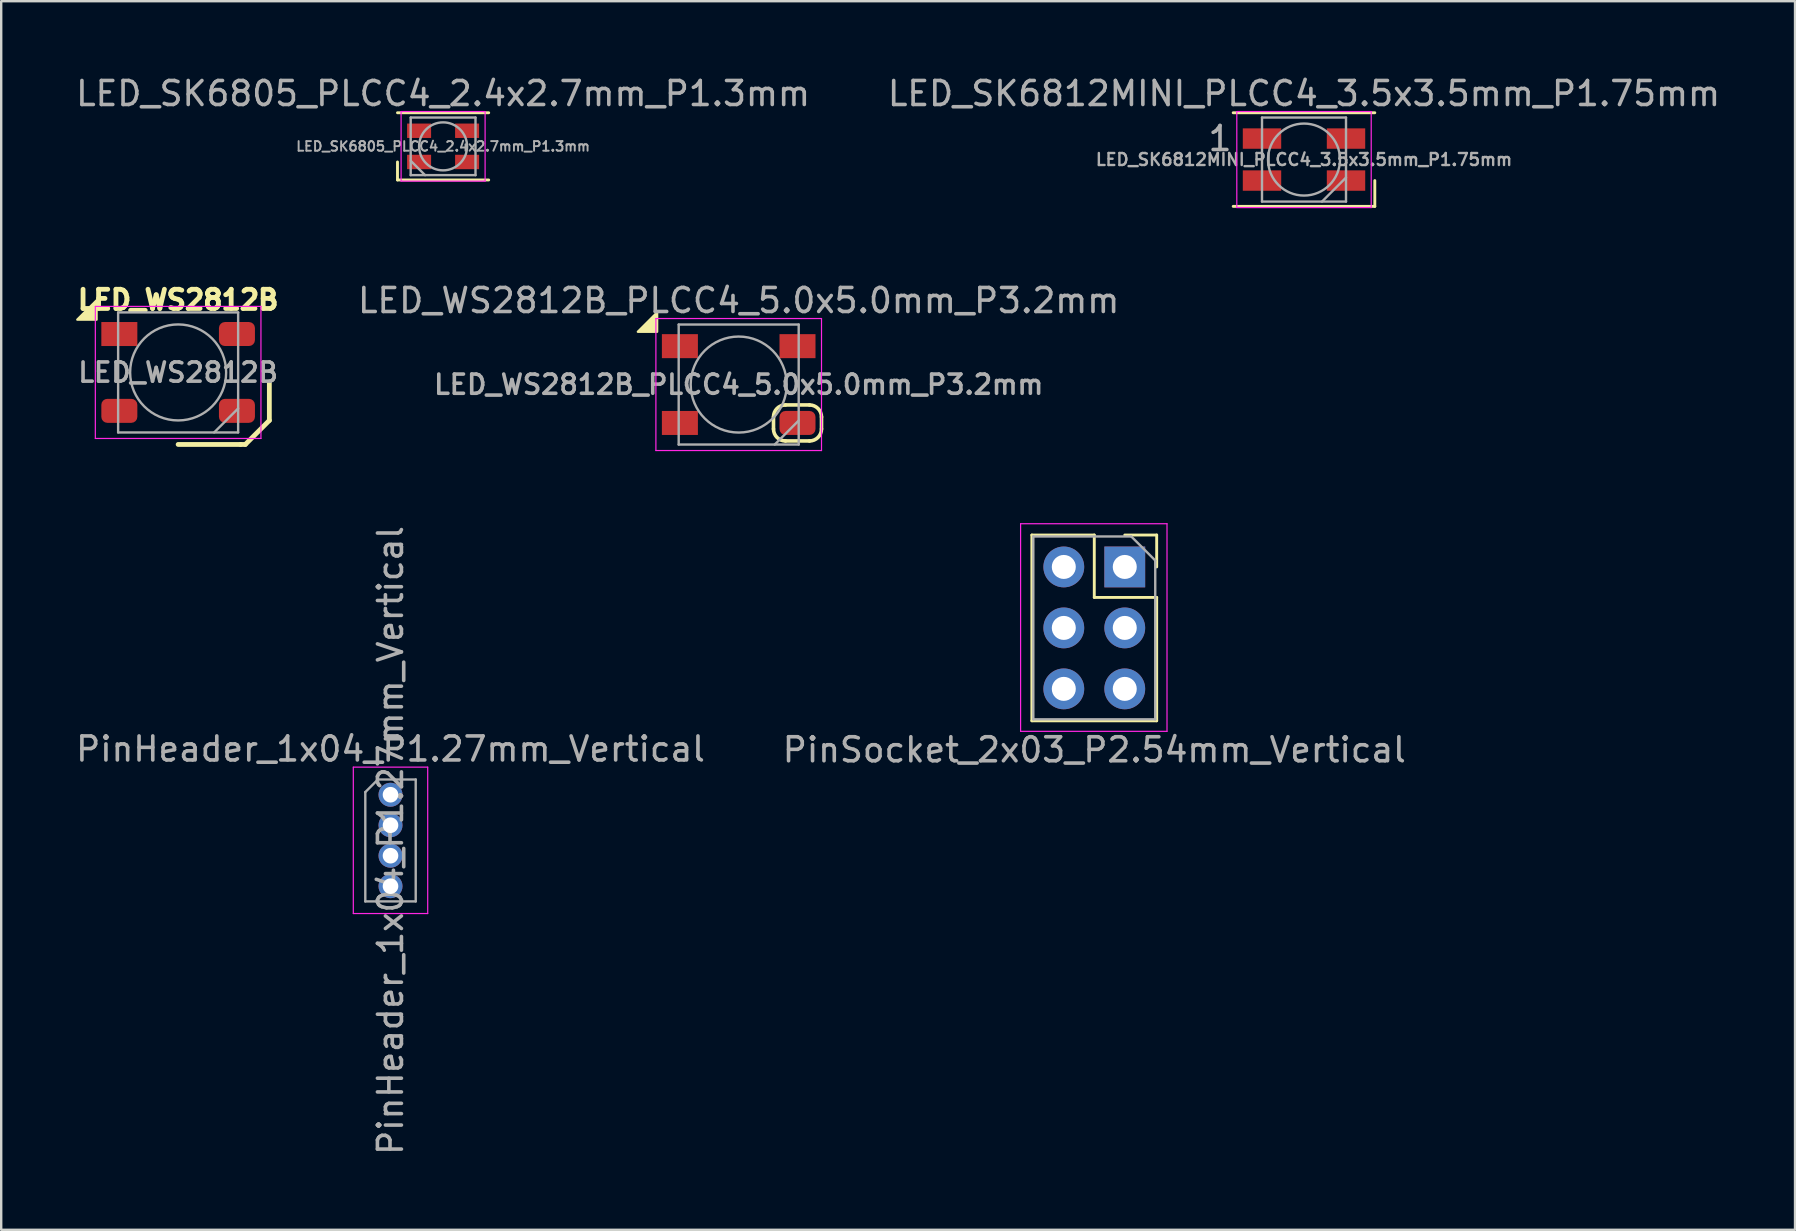
<source format=kicad_pcb>
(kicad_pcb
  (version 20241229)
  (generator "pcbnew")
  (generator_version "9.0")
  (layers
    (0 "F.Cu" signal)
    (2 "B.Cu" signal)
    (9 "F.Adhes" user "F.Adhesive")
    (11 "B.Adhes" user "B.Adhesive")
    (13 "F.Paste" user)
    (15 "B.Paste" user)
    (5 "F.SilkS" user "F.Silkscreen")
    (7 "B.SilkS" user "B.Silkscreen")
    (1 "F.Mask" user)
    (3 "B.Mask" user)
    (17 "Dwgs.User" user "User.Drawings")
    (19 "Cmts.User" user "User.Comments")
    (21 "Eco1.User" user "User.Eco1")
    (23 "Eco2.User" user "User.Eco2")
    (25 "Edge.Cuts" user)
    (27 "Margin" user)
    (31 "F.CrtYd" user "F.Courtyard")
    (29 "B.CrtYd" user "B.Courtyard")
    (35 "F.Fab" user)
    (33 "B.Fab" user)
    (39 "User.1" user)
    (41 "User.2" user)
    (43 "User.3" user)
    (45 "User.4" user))
  (footprint "LED_SK6812MINI_PLCC4_3.5x3.5mm_P1.75mm"
    (layer "F.Cu")
    (at 51.28 3.598)
    (property "Reference" "LED_SK6812MINI_PLCC4_3.5x3.5mm_P1.75mm" (at 0 -2.75 180) (layer "F.Fab") (effects (font (size 1 1) (thickness 0.15))))
    (attr smd)
    (fp_line (start -2.95 -1.95) (end 2.95 -1.95) (stroke (width 0.12) (type solid)) (layer "F.SilkS"))
    (fp_line (start -2.95 1.95) (end 2.95 1.95) (stroke (width 0.12) (type solid)) (layer "F.SilkS"))
    (fp_line (start 2.95 1.95) (end 2.95 0.875) (stroke (width 0.12) (type solid)) (layer "F.SilkS"))
    (fp_line (start -2.8 -2) (end -2.8 2) (stroke (width 0.05) (type solid)) (layer "F.CrtYd"))
    (fp_line (start -2.8 2) (end 2.8 2) (stroke (width 0.05) (type solid)) (layer "F.CrtYd"))
    (fp_line (start 2.8 -2) (end -2.8 -2) (stroke (width 0.05) (type solid)) (layer "F.CrtYd"))
    (fp_line (start 2.8 2) (end 2.8 -2) (stroke (width 0.05) (type solid)) (layer "F.CrtYd"))
    (fp_line (start -1.75 -1.75) (end -1.75 1.75) (stroke (width 0.1) (type solid)) (layer "F.Fab"))
    (fp_line (start -1.75 1.75) (end 1.75 1.75) (stroke (width 0.1) (type solid)) (layer "F.Fab"))
    (fp_line (start 1.75 -1.75) (end -1.75 -1.75) (stroke (width 0.1) (type solid)) (layer "F.Fab"))
    (fp_line (start 1.75 0.75) (end 0.75 1.75) (stroke (width 0.1) (type solid)) (layer "F.Fab"))
    (fp_line (start 1.75 1.75) (end 1.75 -1.75) (stroke (width 0.1) (type solid)) (layer "F.Fab"))
    (fp_circle (center 0 0) (end 0 -1.5) (stroke (width 0.1) (type solid)) (fill no) (layer "F.Fab"))
    (fp_text user "${REFERENCE}" (at 0 0 0) (layer "F.Fab") (effects (font (size 0.5 0.5) (thickness 0.1))))
    (fp_text user "1" (at -3.5 -0.875 180) (layer "F.Fab") (effects (font (size 1 1) (thickness 0.15))))
    (pad "1" smd rect (at -1.75 -0.875) (size 1.6 0.85) (layers "F.Cu" "F.Mask" "F.Paste"))
    (pad "2" smd rect (at -1.75 0.875) (size 1.6 0.85) (layers "F.Cu" "F.Mask" "F.Paste"))
    (pad "3" smd rect (at 1.75 0.875) (size 1.6 0.85) (layers "F.Cu" "F.Mask" "F.Paste"))
    (pad "4" smd rect (at 1.75 -0.875) (size 1.6 0.85) (layers "F.Cu" "F.Mask" "F.Paste")))
  (footprint "LED_WS2812B"
    (layer "F.Cu")
    (at 4.372 12.467)
    (property "Reference" "LED_WS2812B" (at 0 -3.025 0) (layer "F.SilkS") (effects (font (size 0.8 0.8) (thickness 0.2))))
    (attr smd)
    (fp_line (start 0 3) (end 2.6 3) (stroke (width 0.2) (type solid)) (layer "F.SilkS"))
    (fp_line (start 2.6 3) (end 2.8 3) (stroke (width 0.2) (type solid)) (layer "F.SilkS"))
    (fp_line (start 2.8 3) (end 3.8 2) (stroke (width 0.2) (type solid)) (layer "F.SilkS"))
    (fp_line (start 3.8 2) (end 3.8 0.4) (stroke (width 0.2) (type solid)) (layer "F.SilkS"))
    (fp_poly (pts (xy -4.2 -2.2) (xy -3.4 -2.2) (xy -3.4 -3)) (stroke (width 0.1) (type solid)) (fill yes) (layer "F.SilkS"))
    (fp_line (start -3.45 -2.75) (end -3.45 2.75) (stroke (width 0.05) (type solid)) (layer "F.CrtYd"))
    (fp_line (start -3.45 2.75) (end 3.45 2.75) (stroke (width 0.05) (type solid)) (layer "F.CrtYd"))
    (fp_line (start 3.45 -2.75) (end -3.45 -2.75) (stroke (width 0.05) (type solid)) (layer "F.CrtYd"))
    (fp_line (start 3.45 2.75) (end 3.45 -2.75) (stroke (width 0.05) (type solid)) (layer "F.CrtYd"))
    (fp_line (start -2.5 -2.5) (end -2.5 2.5) (stroke (width 0.1) (type solid)) (layer "F.Fab"))
    (fp_line (start -2.5 2.5) (end 2.5 2.5) (stroke (width 0.1) (type solid)) (layer "F.Fab"))
    (fp_line (start 2.5 -2.5) (end -2.5 -2.5) (stroke (width 0.1) (type solid)) (layer "F.Fab"))
    (fp_line (start 2.5 1.5) (end 1.5 2.5) (stroke (width 0.1) (type solid)) (layer "F.Fab"))
    (fp_line (start 2.5 2.5) (end 2.5 -2.5) (stroke (width 0.1) (type solid)) (layer "F.Fab"))
    (fp_circle (center 0 0) (end 0 -2) (stroke (width 0.1) (type solid)) (fill no) (layer "F.Fab"))
    (fp_text user "${REFERENCE}" (at 0 0 0) (layer "F.Fab") (effects (font (size 0.8 0.8) (thickness 0.15))))
    (pad "1" smd rect (at -2.45 -1.6) (size 1.5 1) (layers "F.Cu" "F.Mask" "F.Paste"))
    (pad "2" smd roundrect (at -2.45 1.6) (size 1.5 1) (layers "F.Cu" "F.Mask" "F.Paste") (roundrect_rratio 0.25))
    (pad "3" smd roundrect (at 2.45 1.6) (size 1.5 1) (layers "F.Cu" "F.Mask" "F.Paste") (roundrect_rratio 0.25))
    (pad "4" smd roundrect (at 2.45 -1.6) (size 1.5 1) (layers "F.Cu" "F.Mask" "F.Paste") (roundrect_rratio 0.25)))
  (footprint "LED_SK6805_PLCC4_2.4x2.7mm_P1.3mm"
    (layer "F.Cu")
    (at 15.411 3.048)
    (property "Reference" "LED_SK6805_PLCC4_2.4x2.7mm_P1.3mm" (at 0 -2.2 0) (layer "F.Fab") (effects (font (size 1 1) (thickness 0.15))))
    (attr smd)
    (fp_line (start -1.9 -1.4) (end 1.9 -1.4) (stroke (width 0.12) (type solid)) (layer "F.SilkS"))
    (fp_line (start -1.9 1.4) (end -1.9 0.65) (stroke (width 0.12) (type solid)) (layer "F.SilkS"))
    (fp_line (start -1.9 1.4) (end 1.9 1.4) (stroke (width 0.12) (type solid)) (layer "F.SilkS"))
    (fp_line (start -1.75 -1.45) (end -1.75 1.45) (stroke (width 0.05) (type solid)) (layer "F.CrtYd"))
    (fp_line (start -1.75 1.45) (end 1.75 1.45) (stroke (width 0.05) (type solid)) (layer "F.CrtYd"))
    (fp_line (start 1.75 -1.45) (end -1.75 -1.45) (stroke (width 0.05) (type solid)) (layer "F.CrtYd"))
    (fp_line (start 1.75 1.45) (end 1.75 -1.45) (stroke (width 0.05) (type solid)) (layer "F.CrtYd"))
    (fp_line (start -1.35 -1.2) (end -1.35 1.2) (stroke (width 0.1) (type solid)) (layer "F.Fab"))
    (fp_line (start -1.35 0.6) (end -0.75 1.2) (stroke (width 0.1) (type solid)) (layer "F.Fab"))
    (fp_line (start -1.35 1.2) (end 1.35 1.2) (stroke (width 0.1) (type solid)) (layer "F.Fab"))
    (fp_line (start 1.35 -1.2) (end -1.35 -1.2) (stroke (width 0.1) (type solid)) (layer "F.Fab"))
    (fp_line (start 1.35 1.2) (end 1.35 -1.2) (stroke (width 0.1) (type solid)) (layer "F.Fab"))
    (fp_circle (center 0 0) (end 0 -1) (stroke (width 0.1) (type solid)) (fill no) (layer "F.Fab"))
    (fp_text user "${REFERENCE}" (at 0 0 0) (layer "F.Fab") (effects (font (size 0.4 0.4) (thickness 0.08))))
    (pad "1" smd rect (at -1 -0.65) (size 1 0.6) (layers "F.Cu" "F.Mask" "F.Paste"))
    (pad "2" smd rect (at -1 0.65) (size 1 0.6) (layers "F.Cu" "F.Mask" "F.Paste"))
    (pad "3" smd rect (at 1 0.65) (size 1 0.6) (layers "F.Cu" "F.Mask" "F.Paste"))
    (pad "4" smd rect (at 1 -0.65) (size 1 0.6) (layers "F.Cu" "F.Mask" "F.Paste")))
  (footprint "PinSocket_2x03_P2.54mm_Vertical"
    (layer "F.Cu")
    (at 42.542 23.111)
    (property "Reference" "PinSocket_2x03_P2.54mm_Vertical" (at 0 5.08 0) (layer "F.Fab") (effects (font (size 1 1) (thickness 0.15))))
    (attr through_hole)
    (fp_line (start -2.6 -3.87) (end -2.6 3.87) (stroke (width 0.12) (type solid)) (layer "F.SilkS"))
    (fp_line (start -2.6 -3.87) (end 0 -3.87) (stroke (width 0.12) (type solid)) (layer "F.SilkS"))
    (fp_line (start -2.6 3.87) (end 2.6 3.87) (stroke (width 0.12) (type solid)) (layer "F.SilkS"))
    (fp_line (start 0 -3.87) (end 0 -1.27) (stroke (width 0.12) (type solid)) (layer "F.SilkS"))
    (fp_line (start 0 -1.27) (end 2.6 -1.27) (stroke (width 0.12) (type solid)) (layer "F.SilkS"))
    (fp_line (start 1.27 -3.87) (end 2.6 -3.87) (stroke (width 0.12) (type solid)) (layer "F.SilkS"))
    (fp_line (start 2.6 -3.87) (end 2.6 -2.54) (stroke (width 0.12) (type solid)) (layer "F.SilkS"))
    (fp_line (start 2.6 -1.27) (end 2.6 3.87) (stroke (width 0.12) (type solid)) (layer "F.SilkS"))
    (fp_line (start -3.07 -4.34) (end 3.03 -4.34) (stroke (width 0.05) (type solid)) (layer "F.CrtYd"))
    (fp_line (start -3.07 4.31) (end -3.07 -4.34) (stroke (width 0.05) (type solid)) (layer "F.CrtYd"))
    (fp_line (start 3.03 -4.34) (end 3.03 4.31) (stroke (width 0.05) (type solid)) (layer "F.CrtYd"))
    (fp_line (start 3.03 4.31) (end -3.07 4.31) (stroke (width 0.05) (type solid)) (layer "F.CrtYd"))
    (fp_line (start -2.54 -3.81) (end 1.54 -3.81) (stroke (width 0.1) (type solid)) (layer "F.Fab"))
    (fp_line (start -2.54 3.81) (end -2.54 -3.81) (stroke (width 0.1) (type solid)) (layer "F.Fab"))
    (fp_line (start 1.54 -3.81) (end 2.54 -2.81) (stroke (width 0.1) (type solid)) (layer "F.Fab"))
    (fp_line (start 2.54 -2.81) (end 2.54 3.81) (stroke (width 0.1) (type solid)) (layer "F.Fab"))
    (fp_line (start 2.54 3.81) (end -2.54 3.81) (stroke (width 0.1) (type solid)) (layer "F.Fab"))
    (pad "1" thru_hole rect (at 1.27 -2.54) (size 1.7 1.7) (drill 1) (layers "*.Cu" "*.Mask"))
    (pad "2" thru_hole oval (at -1.27 -2.54) (size 1.7 1.7) (drill 1) (layers "*.Cu" "*.Mask"))
    (pad "3" thru_hole oval (at 1.27 0) (size 1.7 1.7) (drill 1) (layers "*.Cu" "*.Mask"))
    (pad "4" thru_hole oval (at -1.27 0) (size 1.7 1.7) (drill 1) (layers "*.Cu" "*.Mask"))
    (pad "5" thru_hole oval (at 1.27 2.54) (size 1.7 1.7) (drill 1) (layers "*.Cu" "*.Mask"))
    (pad "6" thru_hole oval (at -1.27 2.54) (size 1.7 1.7) (drill 1) (layers "*.Cu" "*.Mask")))
  (footprint "PinHeader_1x04_P1.27mm_Vertical"
    (layer "F.Cu")
    (at 13.22 31.967)
    (property "Reference" "PinHeader_1x04_P1.27mm_Vertical" (at 0 -3.81 180) (layer "F.Fab") (effects (font (size 1 1) (thickness 0.15))))
    (attr through_hole)
    (fp_line (start -1.55 -3.055) (end -1.55 3.045) (stroke (width 0.05) (type solid)) (layer "F.CrtYd"))
    (fp_line (start -1.55 3.045) (end 1.55 3.045) (stroke (width 0.05) (type solid)) (layer "F.CrtYd"))
    (fp_line (start 1.55 -3.055) (end -1.55 -3.055) (stroke (width 0.05) (type solid)) (layer "F.CrtYd"))
    (fp_line (start 1.55 3.045) (end 1.55 -3.055) (stroke (width 0.05) (type solid)) (layer "F.CrtYd"))
    (fp_line (start -1.05 -2.015) (end -0.525 -2.54) (stroke (width 0.1) (type solid)) (layer "F.Fab"))
    (fp_line (start -1.05 2.54) (end -1.05 -2.015) (stroke (width 0.1) (type solid)) (layer "F.Fab"))
    (fp_line (start -0.525 -2.54) (end 1.05 -2.54) (stroke (width 0.1) (type solid)) (layer "F.Fab"))
    (fp_line (start 1.05 -2.54) (end 1.05 2.54) (stroke (width 0.1) (type solid)) (layer "F.Fab"))
    (fp_line (start 1.05 2.54) (end -1.05 2.54) (stroke (width 0.1) (type solid)) (layer "F.Fab"))
    (fp_text user "${REFERENCE}" (at 0 0 270) (layer "F.Fab") (effects (font (size 1 1) (thickness 0.15))))
    (pad "1" thru_hole circle (at 0 -1.905) (size 1 1) (drill 0.65) (layers "*.Cu" "*.Mask"))
    (pad "2" thru_hole oval (at 0 -0.635) (size 1 1) (drill 0.65) (layers "*.Cu" "*.Mask"))
    (pad "3" thru_hole oval (at 0 0.635) (size 1 1) (drill 0.65) (layers "*.Cu" "*.Mask"))
    (pad "4" thru_hole oval (at 0 1.905) (size 1 1) (drill 0.65) (layers "*.Cu" "*.Mask")))
  (footprint "LED_WS2812B_PLCC4_5.0x5.0mm_P3.2mm"
    (layer "F.Cu")
    (at 27.727 12.972)
    (property "Reference" "LED_WS2812B_PLCC4_5.0x5.0mm_P3.2mm" (at 0 -3.5 180) (layer "F.Fab") (effects (font (size 1 1) (thickness 0.15))))
    (attr smd)
    (fp_line (start 1.45 1.85) (end 1.45 1.35) (stroke (width 0.15) (type solid)) (layer "F.SilkS"))
    (fp_line (start 1.95 0.85) (end 2.95 0.85) (stroke (width 0.15) (type solid)) (layer "F.SilkS"))
    (fp_line (start 2.95 2.35) (end 1.95 2.35) (stroke (width 0.15) (type solid)) (layer "F.SilkS"))
    (fp_line (start 3.45 1.35) (end 3.45 1.85) (stroke (width 0.15) (type solid)) (layer "F.SilkS"))
    (fp_arc (start 1.45 1.35) (mid 1.596447 0.996447) (end 1.95 0.85) (stroke (width 0.15) (type solid)) (layer "F.SilkS"))
    (fp_arc (start 1.95 2.35) (mid 1.596447 2.203553) (end 1.45 1.85) (stroke (width 0.15) (type solid)) (layer "F.SilkS"))
    (fp_arc (start 2.95 0.85) (mid 3.303553 0.996447) (end 3.45 1.35) (stroke (width 0.15) (type solid)) (layer "F.SilkS"))
    (fp_arc (start 3.45 1.85) (mid 3.303553 2.203553) (end 2.95 2.35) (stroke (width 0.15) (type solid)) (layer "F.SilkS"))
    (fp_poly (pts (xy -4.2 -2.2) (xy -3.4 -2.2) (xy -3.4 -3)) (stroke (width 0.1) (type solid)) (fill yes) (layer "F.SilkS"))
    (fp_line (start -3.45 -2.75) (end -3.45 2.75) (stroke (width 0.05) (type solid)) (layer "F.CrtYd"))
    (fp_line (start -3.45 2.75) (end 3.45 2.75) (stroke (width 0.05) (type solid)) (layer "F.CrtYd"))
    (fp_line (start 3.45 -2.75) (end -3.45 -2.75) (stroke (width 0.05) (type solid)) (layer "F.CrtYd"))
    (fp_line (start 3.45 2.75) (end 3.45 -2.75) (stroke (width 0.05) (type solid)) (layer "F.CrtYd"))
    (fp_line (start -2.5 -2.5) (end -2.5 2.5) (stroke (width 0.1) (type solid)) (layer "F.Fab"))
    (fp_line (start -2.5 2.5) (end 2.5 2.5) (stroke (width 0.1) (type solid)) (layer "F.Fab"))
    (fp_line (start 2.5 -2.5) (end -2.5 -2.5) (stroke (width 0.1) (type solid)) (layer "F.Fab"))
    (fp_line (start 2.5 1.5) (end 1.5 2.5) (stroke (width 0.1) (type solid)) (layer "F.Fab"))
    (fp_line (start 2.5 2.5) (end 2.5 -2.5) (stroke (width 0.1) (type solid)) (layer "F.Fab"))
    (fp_circle (center 0 0) (end 0 -2) (stroke (width 0.1) (type solid)) (fill no) (layer "F.Fab"))
    (fp_text user "${REFERENCE}" (at 0 0 180) (layer "F.Fab") (effects (font (size 0.8 0.8) (thickness 0.15))))
    (pad "1" smd rect (at -2.45 -1.6) (size 1.5 1) (layers "F.Cu" "F.Mask" "F.Paste"))
    (pad "2" smd rect (at -2.45 1.6) (size 1.5 1) (layers "F.Cu" "F.Mask" "F.Paste"))
    (pad "3" smd roundrect (at 2.45 1.6) (size 1.5 1) (layers "F.Cu" "F.Mask" "F.Paste") (roundrect_rratio 0.25))
    (pad "4" smd rect (at 2.45 -1.6) (size 1.5 1) (layers "F.Cu" "F.Mask" "F.Paste")))
  (gr_rect
    (start -3 -3)
    (end 71.738 48.187)
    (stroke (width 0.1) (type default))
    (fill no)
    (layer "Edge.Cuts")))
</source>
